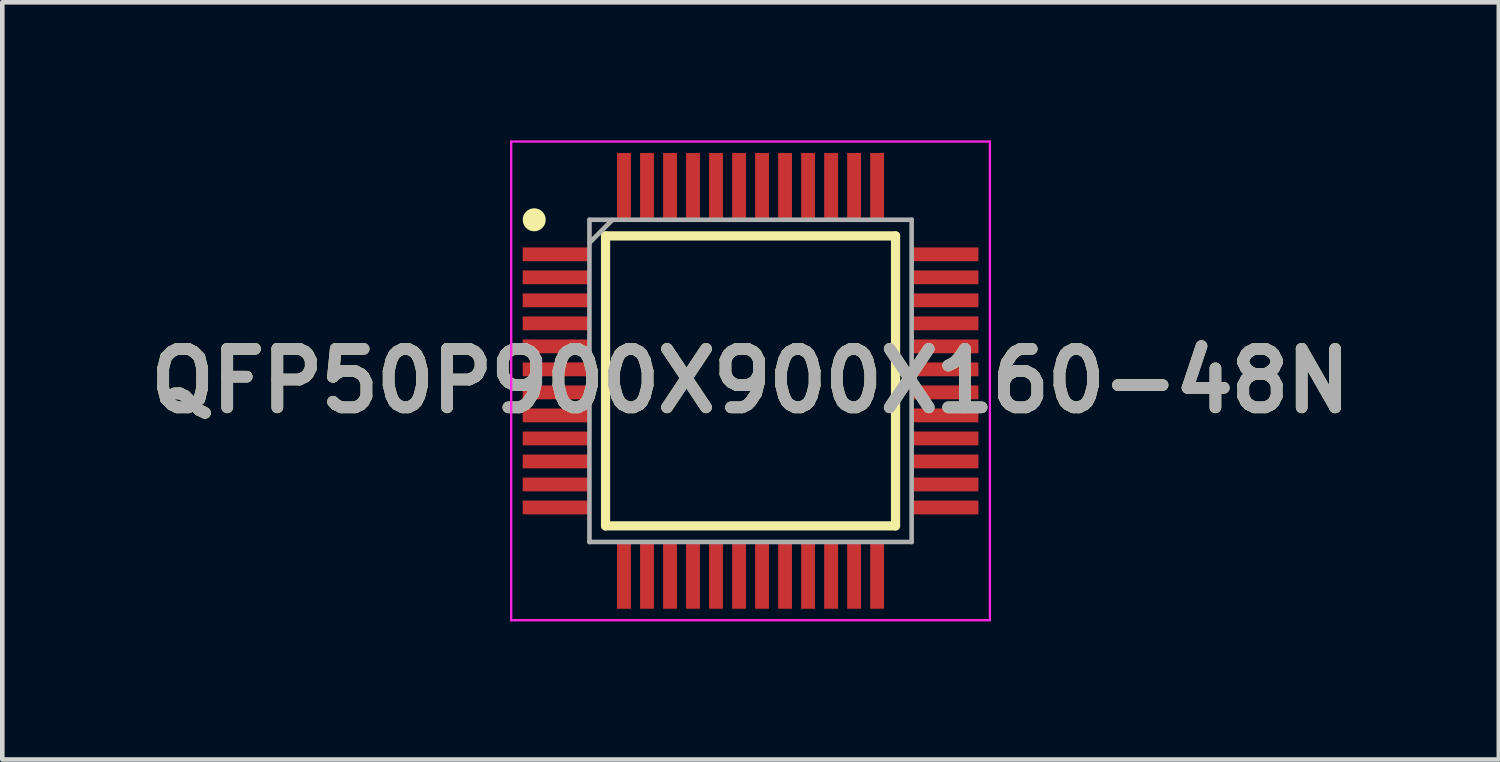
<source format=kicad_pcb>
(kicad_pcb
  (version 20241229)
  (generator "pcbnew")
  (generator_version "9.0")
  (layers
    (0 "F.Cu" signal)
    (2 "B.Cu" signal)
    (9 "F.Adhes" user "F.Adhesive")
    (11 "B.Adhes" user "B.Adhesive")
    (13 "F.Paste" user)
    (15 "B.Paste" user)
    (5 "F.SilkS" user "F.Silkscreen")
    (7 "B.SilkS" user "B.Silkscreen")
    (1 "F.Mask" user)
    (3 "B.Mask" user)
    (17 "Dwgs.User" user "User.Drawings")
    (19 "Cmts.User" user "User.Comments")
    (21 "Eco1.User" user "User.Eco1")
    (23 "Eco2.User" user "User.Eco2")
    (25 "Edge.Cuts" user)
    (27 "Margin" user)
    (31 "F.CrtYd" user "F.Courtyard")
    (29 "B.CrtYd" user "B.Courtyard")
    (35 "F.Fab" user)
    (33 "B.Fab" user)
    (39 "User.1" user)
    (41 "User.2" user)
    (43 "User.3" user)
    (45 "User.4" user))
  (footprint "QFP50P900X900X160-48N"
    (layer "F.Cu")
    (at 13.256 5.225)
    (property "Reference" "QFP50P900X900X160-48N" (at 0 0 0) (layer "F.SilkS") (effects (font (size 1.27 1.27) (thickness 0.254))))
    (attr smd)
    (fp_line (start -3.15 -3.15) (end 3.15 -3.15) (stroke (width 0.2) (type solid)) (layer "F.SilkS"))
    (fp_line (start -3.15 3.15) (end -3.15 -3.15) (stroke (width 0.2) (type solid)) (layer "F.SilkS"))
    (fp_line (start 3.15 -3.15) (end 3.15 3.15) (stroke (width 0.2) (type solid)) (layer "F.SilkS"))
    (fp_line (start 3.15 3.15) (end -3.15 3.15) (stroke (width 0.2) (type solid)) (layer "F.SilkS"))
    (fp_circle (center -4.7 -3.5) (end -4.7 -3.375) (stroke (width 0.25) (type solid)) (fill no) (layer "F.SilkS"))
    (fp_line (start -5.2 -5.2) (end 5.2 -5.2) (stroke (width 0.05) (type solid)) (layer "F.CrtYd"))
    (fp_line (start -5.2 5.2) (end -5.2 -5.2) (stroke (width 0.05) (type solid)) (layer "F.CrtYd"))
    (fp_line (start 5.2 -5.2) (end 5.2 5.2) (stroke (width 0.05) (type solid)) (layer "F.CrtYd"))
    (fp_line (start 5.2 5.2) (end -5.2 5.2) (stroke (width 0.05) (type solid)) (layer "F.CrtYd"))
    (fp_line (start -3.5 -3.5) (end 3.5 -3.5) (stroke (width 0.1) (type solid)) (layer "F.Fab"))
    (fp_line (start -3.5 -3) (end -3 -3.5) (stroke (width 0.1) (type solid)) (layer "F.Fab"))
    (fp_line (start -3.5 3.5) (end -3.5 -3.5) (stroke (width 0.1) (type solid)) (layer "F.Fab"))
    (fp_line (start 3.5 -3.5) (end 3.5 3.5) (stroke (width 0.1) (type solid)) (layer "F.Fab"))
    (fp_line (start 3.5 3.5) (end -3.5 3.5) (stroke (width 0.1) (type solid)) (layer "F.Fab"))
    (fp_text user "${REFERENCE}" (at 0 0 0) (layer "F.Fab") (effects (font (size 1.27 1.27) (thickness 0.254))))
    (pad "1" smd rect (at -4.225 -2.75 90) (size 0.3 1.45) (layers "F.Cu" "F.Mask" "F.Paste"))
    (pad "2" smd rect (at -4.225 -2.25 90) (size 0.3 1.45) (layers "F.Cu" "F.Mask" "F.Paste"))
    (pad "3" smd rect (at -4.225 -1.75 90) (size 0.3 1.45) (layers "F.Cu" "F.Mask" "F.Paste"))
    (pad "4" smd rect (at -4.225 -1.25 90) (size 0.3 1.45) (layers "F.Cu" "F.Mask" "F.Paste"))
    (pad "5" smd rect (at -4.225 -0.75 90) (size 0.3 1.45) (layers "F.Cu" "F.Mask" "F.Paste"))
    (pad "6" smd rect (at -4.225 -0.25 90) (size 0.3 1.45) (layers "F.Cu" "F.Mask" "F.Paste"))
    (pad "7" smd rect (at -4.225 0.25 90) (size 0.3 1.45) (layers "F.Cu" "F.Mask" "F.Paste"))
    (pad "8" smd rect (at -4.225 0.75 90) (size 0.3 1.45) (layers "F.Cu" "F.Mask" "F.Paste"))
    (pad "9" smd rect (at -4.225 1.25 90) (size 0.3 1.45) (layers "F.Cu" "F.Mask" "F.Paste"))
    (pad "10" smd rect (at -4.225 1.75 90) (size 0.3 1.45) (layers "F.Cu" "F.Mask" "F.Paste"))
    (pad "11" smd rect (at -4.225 2.25 90) (size 0.3 1.45) (layers "F.Cu" "F.Mask" "F.Paste"))
    (pad "12" smd rect (at -4.225 2.75 90) (size 0.3 1.45) (layers "F.Cu" "F.Mask" "F.Paste"))
    (pad "13" smd rect (at -2.75 4.225) (size 0.3 1.45) (layers "F.Cu" "F.Mask" "F.Paste"))
    (pad "14" smd rect (at -2.25 4.225) (size 0.3 1.45) (layers "F.Cu" "F.Mask" "F.Paste"))
    (pad "15" smd rect (at -1.75 4.225) (size 0.3 1.45) (layers "F.Cu" "F.Mask" "F.Paste"))
    (pad "16" smd rect (at -1.25 4.225) (size 0.3 1.45) (layers "F.Cu" "F.Mask" "F.Paste"))
    (pad "17" smd rect (at -0.75 4.225) (size 0.3 1.45) (layers "F.Cu" "F.Mask" "F.Paste"))
    (pad "18" smd rect (at -0.25 4.225) (size 0.3 1.45) (layers "F.Cu" "F.Mask" "F.Paste"))
    (pad "19" smd rect (at 0.25 4.225) (size 0.3 1.45) (layers "F.Cu" "F.Mask" "F.Paste"))
    (pad "20" smd rect (at 0.75 4.225) (size 0.3 1.45) (layers "F.Cu" "F.Mask" "F.Paste"))
    (pad "21" smd rect (at 1.25 4.225) (size 0.3 1.45) (layers "F.Cu" "F.Mask" "F.Paste"))
    (pad "22" smd rect (at 1.75 4.225) (size 0.3 1.45) (layers "F.Cu" "F.Mask" "F.Paste"))
    (pad "23" smd rect (at 2.25 4.225) (size 0.3 1.45) (layers "F.Cu" "F.Mask" "F.Paste"))
    (pad "24" smd rect (at 2.75 4.225) (size 0.3 1.45) (layers "F.Cu" "F.Mask" "F.Paste"))
    (pad "25" smd rect (at 4.225 2.75 90) (size 0.3 1.45) (layers "F.Cu" "F.Mask" "F.Paste"))
    (pad "26" smd rect (at 4.225 2.25 90) (size 0.3 1.45) (layers "F.Cu" "F.Mask" "F.Paste"))
    (pad "27" smd rect (at 4.225 1.75 90) (size 0.3 1.45) (layers "F.Cu" "F.Mask" "F.Paste"))
    (pad "28" smd rect (at 4.225 1.25 90) (size 0.3 1.45) (layers "F.Cu" "F.Mask" "F.Paste"))
    (pad "29" smd rect (at 4.225 0.75 90) (size 0.3 1.45) (layers "F.Cu" "F.Mask" "F.Paste"))
    (pad "30" smd rect (at 4.225 0.25 90) (size 0.3 1.45) (layers "F.Cu" "F.Mask" "F.Paste"))
    (pad "31" smd rect (at 4.225 -0.25 90) (size 0.3 1.45) (layers "F.Cu" "F.Mask" "F.Paste"))
    (pad "32" smd rect (at 4.225 -0.75 90) (size 0.3 1.45) (layers "F.Cu" "F.Mask" "F.Paste"))
    (pad "33" smd rect (at 4.225 -1.25 90) (size 0.3 1.45) (layers "F.Cu" "F.Mask" "F.Paste"))
    (pad "34" smd rect (at 4.225 -1.75 90) (size 0.3 1.45) (layers "F.Cu" "F.Mask" "F.Paste"))
    (pad "35" smd rect (at 4.225 -2.25 90) (size 0.3 1.45) (layers "F.Cu" "F.Mask" "F.Paste"))
    (pad "36" smd rect (at 4.225 -2.75 90) (size 0.3 1.45) (layers "F.Cu" "F.Mask" "F.Paste"))
    (pad "37" smd rect (at 2.75 -4.225) (size 0.3 1.45) (layers "F.Cu" "F.Mask" "F.Paste"))
    (pad "38" smd rect (at 2.25 -4.225) (size 0.3 1.45) (layers "F.Cu" "F.Mask" "F.Paste"))
    (pad "39" smd rect (at 1.75 -4.225) (size 0.3 1.45) (layers "F.Cu" "F.Mask" "F.Paste"))
    (pad "40" smd rect (at 1.25 -4.225) (size 0.3 1.45) (layers "F.Cu" "F.Mask" "F.Paste"))
    (pad "41" smd rect (at 0.75 -4.225) (size 0.3 1.45) (layers "F.Cu" "F.Mask" "F.Paste"))
    (pad "42" smd rect (at 0.25 -4.225) (size 0.3 1.45) (layers "F.Cu" "F.Mask" "F.Paste"))
    (pad "43" smd rect (at -0.25 -4.225) (size 0.3 1.45) (layers "F.Cu" "F.Mask" "F.Paste"))
    (pad "44" smd rect (at -0.75 -4.225) (size 0.3 1.45) (layers "F.Cu" "F.Mask" "F.Paste"))
    (pad "45" smd rect (at -1.25 -4.225) (size 0.3 1.45) (layers "F.Cu" "F.Mask" "F.Paste"))
    (pad "46" smd rect (at -1.75 -4.225) (size 0.3 1.45) (layers "F.Cu" "F.Mask" "F.Paste"))
    (pad "47" smd rect (at -2.25 -4.225) (size 0.3 1.45) (layers "F.Cu" "F.Mask" "F.Paste"))
    (pad "48" smd rect (at -2.75 -4.225) (size 0.3 1.45) (layers "F.Cu" "F.Mask" "F.Paste")))
  (gr_rect
    (start -3 -3)
    (end 29.513 13.45)
    (stroke (width 0.1) (type default))
    (fill no)
    (layer "Edge.Cuts")))
</source>
